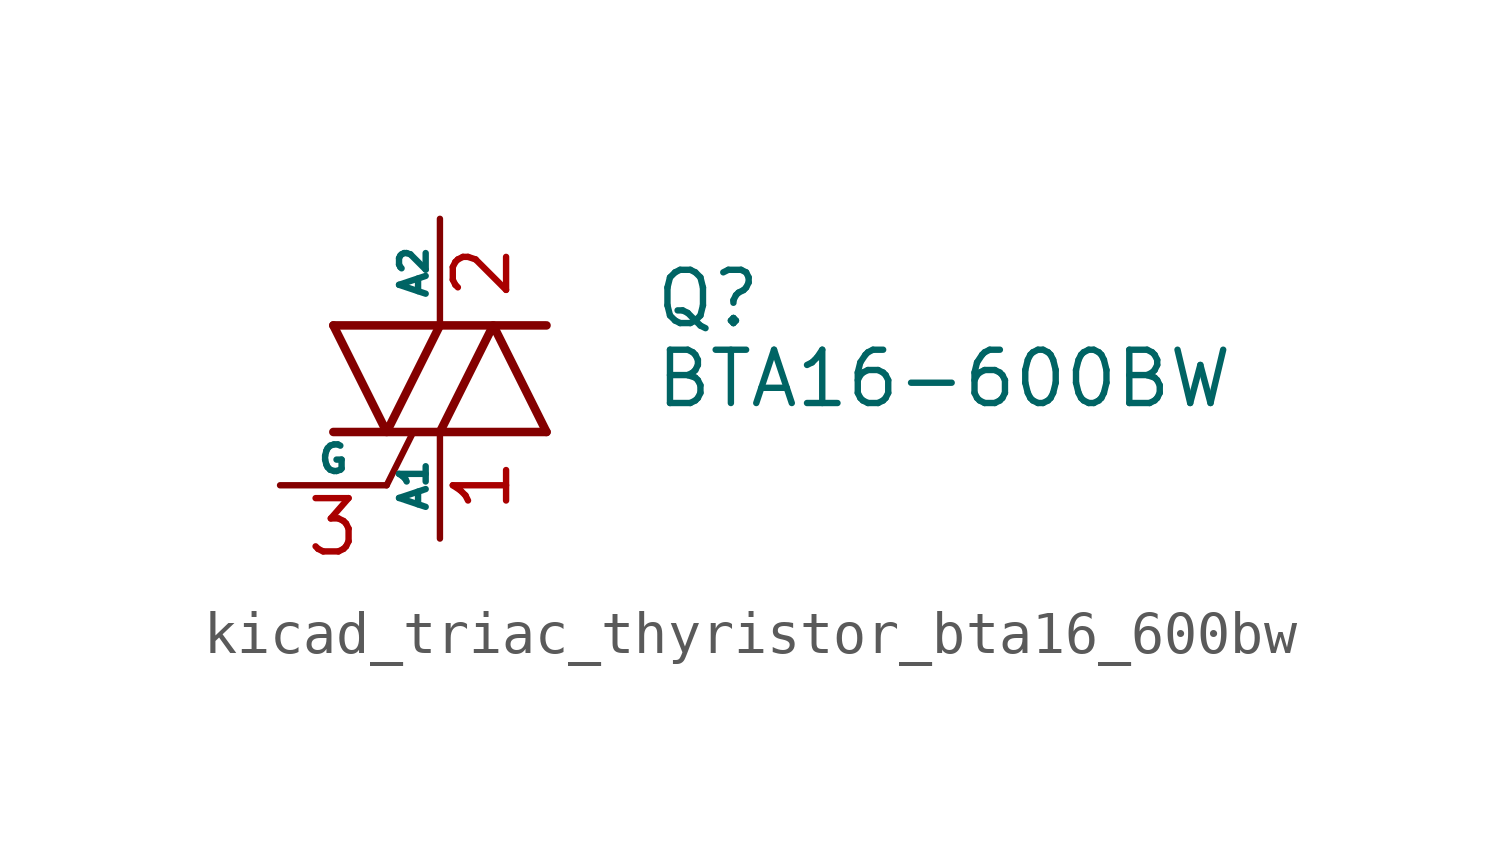
<source format=kicad_sym>
(kicad_symbol_lib
  (version 20220914)
  (generator kicad_symbol_editor)
  (symbol "kicad_triac_thyristor_bta16_600bw"
    (pin_names
      (offset 0))
    (property "Reference" "Q"
      (at 5.08 1.905 0)
      (effects (font (size 1.27 1.27)) (justify left)))
    (property "Value" "BTA16-600BW"
      (at 5.08 0 0)
      (effects (font (size 1.27 1.27)) (justify left)))
    (symbol "kicad_triac_thyristor_bta16_600bw_0_1"
      (polyline (pts (xy -2.54 -1.27) (xy 2.54 -1.27)) (stroke (width 0.203) (type default)) (fill (type none)))
      (polyline (pts (xy -2.54 1.27) (xy 2.54 1.27)) (stroke (width 0.203) (type default)) (fill (type none)))
      (polyline (pts (xy -1.27 -2.54) (xy -0.635 -1.27)) (stroke (width 0) (type default)) (fill (type none)))
      (polyline (pts (xy -2.54 1.27) (xy -1.27 -1.27) (xy 0 1.27)) (stroke (width 0.203) (type default)) (fill (type none)))
      (polyline (pts (xy 0 -1.27) (xy 1.27 1.27) (xy 2.54 -1.27)) (stroke (width 0.203) (type default)) (fill (type none))))
    (symbol "kicad_triac_thyristor_bta16_600bw_1_1"
      (pin passive line (at 0 -3.81 90) (length 2.54) (name "A1" (effects (font (size 0.635 0.635)))) (number "1" (effects (font (size 1.27 1.27)))))
      (pin passive line (at 0 3.81 270) (length 2.54) (name "A2" (effects (font (size 0.635 0.635)))) (number "2" (effects (font (size 1.27 1.27)))))
      (pin input line (at -3.81 -2.54 0) (length 2.54) (name "G" (effects (font (size 0.635 0.635)))) (number "3" (effects (font (size 1.27 1.27))))))))
</source>
